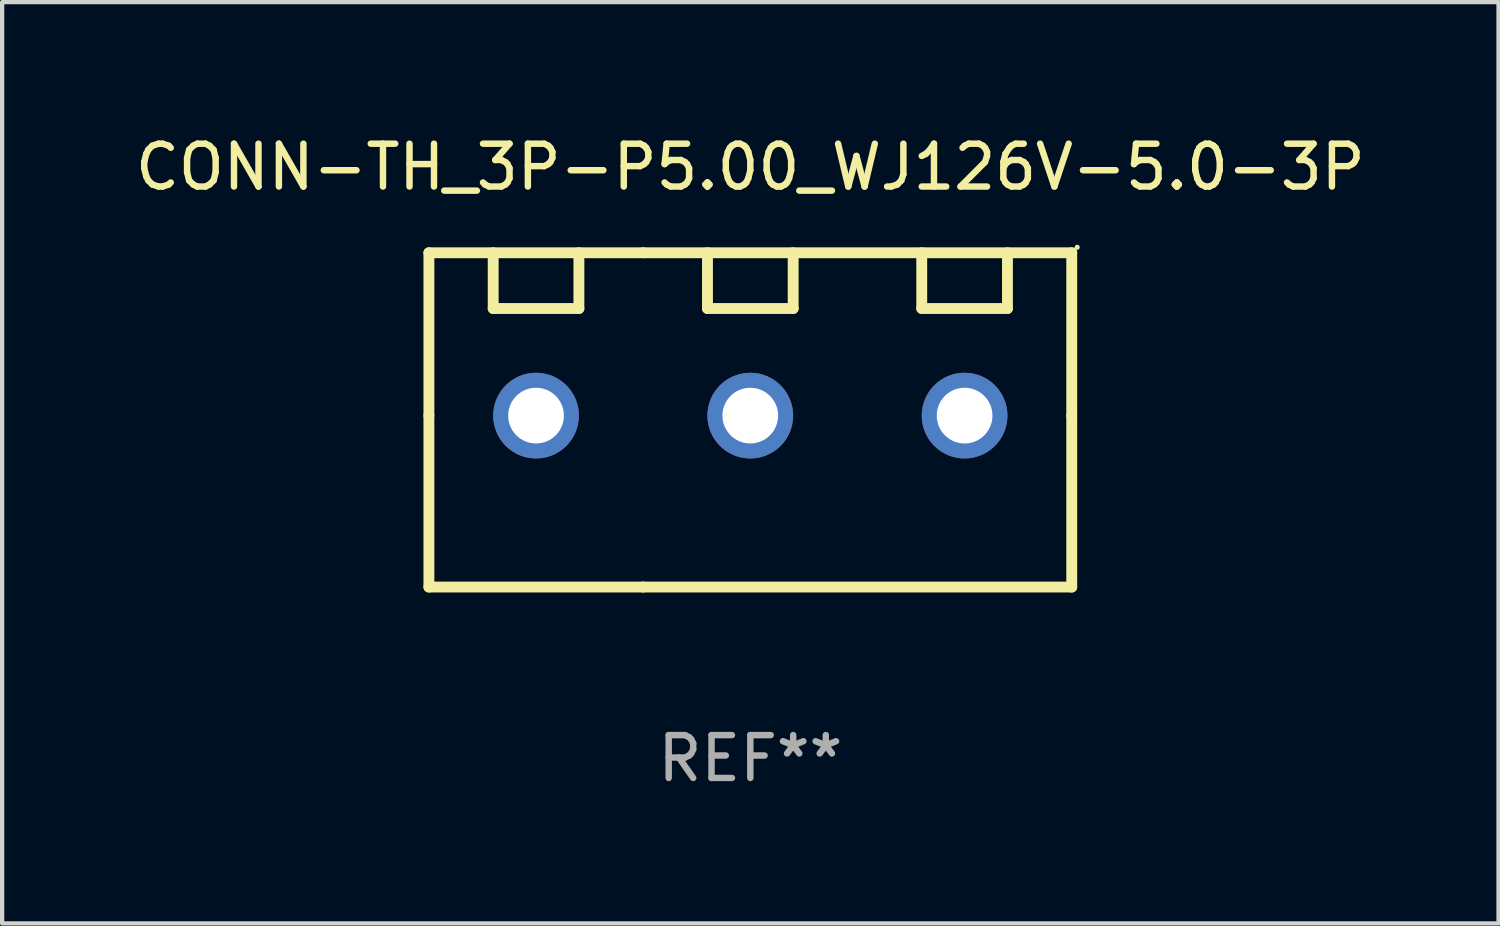
<source format=kicad_pcb>
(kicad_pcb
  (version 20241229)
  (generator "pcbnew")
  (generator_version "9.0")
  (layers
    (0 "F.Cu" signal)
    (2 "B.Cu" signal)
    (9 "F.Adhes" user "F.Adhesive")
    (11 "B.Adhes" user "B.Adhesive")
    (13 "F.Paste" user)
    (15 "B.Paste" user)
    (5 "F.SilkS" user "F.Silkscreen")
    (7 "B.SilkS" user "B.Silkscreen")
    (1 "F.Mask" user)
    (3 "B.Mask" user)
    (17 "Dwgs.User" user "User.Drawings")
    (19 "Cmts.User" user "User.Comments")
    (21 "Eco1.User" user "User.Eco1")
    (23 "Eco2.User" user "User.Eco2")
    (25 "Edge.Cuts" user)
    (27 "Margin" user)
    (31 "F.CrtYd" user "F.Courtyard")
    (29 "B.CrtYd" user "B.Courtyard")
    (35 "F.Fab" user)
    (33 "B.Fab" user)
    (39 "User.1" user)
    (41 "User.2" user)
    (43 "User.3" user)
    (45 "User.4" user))
  (footprint "CONN-TH_3P-P5.00_WJ126V-5.0-3P"
    (layer "F.Cu")
    (at 14.458 6.748)
    (property "Reference" "CONN-TH_3P-P5.00_WJ126V-5.0-3P" (at 0 -5.9 0) (layer "F.SilkS") (effects (font (size 1 1) (thickness 0.15))))
    (attr through_hole)
    (fp_line (start -7.5 -3.9) (end -2.5 -3.9) (stroke (width 0.254) (type solid)) (layer "F.SilkS"))
    (fp_line (start -7.5 -0.1) (end -7.5 -3.9) (stroke (width 0.254) (type solid)) (layer "F.SilkS"))
    (fp_line (start -7.5 3.9) (end -7.5 -0.1) (stroke (width 0.254) (type solid)) (layer "F.SilkS"))
    (fp_line (start -6 -2.6) (end -6 -3.9) (stroke (width 0.254) (type solid)) (layer "F.SilkS"))
    (fp_line (start -4 -3.9) (end -4 -2.6) (stroke (width 0.254) (type solid)) (layer "F.SilkS"))
    (fp_line (start -4 -2.6) (end -6 -2.6) (stroke (width 0.254) (type solid)) (layer "F.SilkS"))
    (fp_line (start -2.5 -3.9) (end 7.5 -3.9) (stroke (width 0.254) (type solid)) (layer "F.SilkS"))
    (fp_line (start -2.5 3.9) (end -7.5 3.9) (stroke (width 0.254) (type solid)) (layer "F.SilkS"))
    (fp_line (start -1 -3.9) (end -1 -2.6) (stroke (width 0.254) (type solid)) (layer "F.SilkS"))
    (fp_line (start -1 -2.6) (end 1 -2.6) (stroke (width 0.254) (type solid)) (layer "F.SilkS"))
    (fp_line (start 1 -2.6) (end 1 -3.9) (stroke (width 0.254) (type solid)) (layer "F.SilkS"))
    (fp_line (start 4 -3.9) (end 4 -2.6) (stroke (width 0.254) (type solid)) (layer "F.SilkS"))
    (fp_line (start 4 -2.6) (end 6 -2.6) (stroke (width 0.254) (type solid)) (layer "F.SilkS"))
    (fp_line (start 6 -2.6) (end 6 -3.9) (stroke (width 0.254) (type solid)) (layer "F.SilkS"))
    (fp_line (start 7.5 -3.9) (end 7.5 -0.1) (stroke (width 0.254) (type solid)) (layer "F.SilkS"))
    (fp_line (start 7.5 -0.1) (end 7.5 3.9) (stroke (width 0.254) (type solid)) (layer "F.SilkS"))
    (fp_line (start 7.5 3.9) (end -2.5 3.9) (stroke (width 0.254) (type solid)) (layer "F.SilkS"))
    (fp_circle (center 7.627 -4.027) (end 7.657 -4.027) (stroke (width 0.06) (type solid)) (fill no) (layer "F.SilkS"))
    (fp_text user "REF**" (at 0 7.9 0) (layer "F.Fab") (effects (font (size 1 1) (thickness 0.15))))
    (pad "1" thru_hole circle (at 5 -0.1) (size 2 2) (drill 1.3) (layers "*.Cu" "*.Mask"))
    (pad "2" thru_hole circle (at -0.001 -0.1) (size 2 2) (drill 1.3) (layers "*.Cu" "*.Mask"))
    (pad "3" thru_hole circle (at -5 -0.1) (size 2 2) (drill 1.3) (layers "*.Cu" "*.Mask")))
  (gr_rect
    (start -3 -3)
    (end 31.917 18.497)
    (stroke (width 0.1) (type default))
    (fill no)
    (layer "Edge.Cuts")))
</source>
